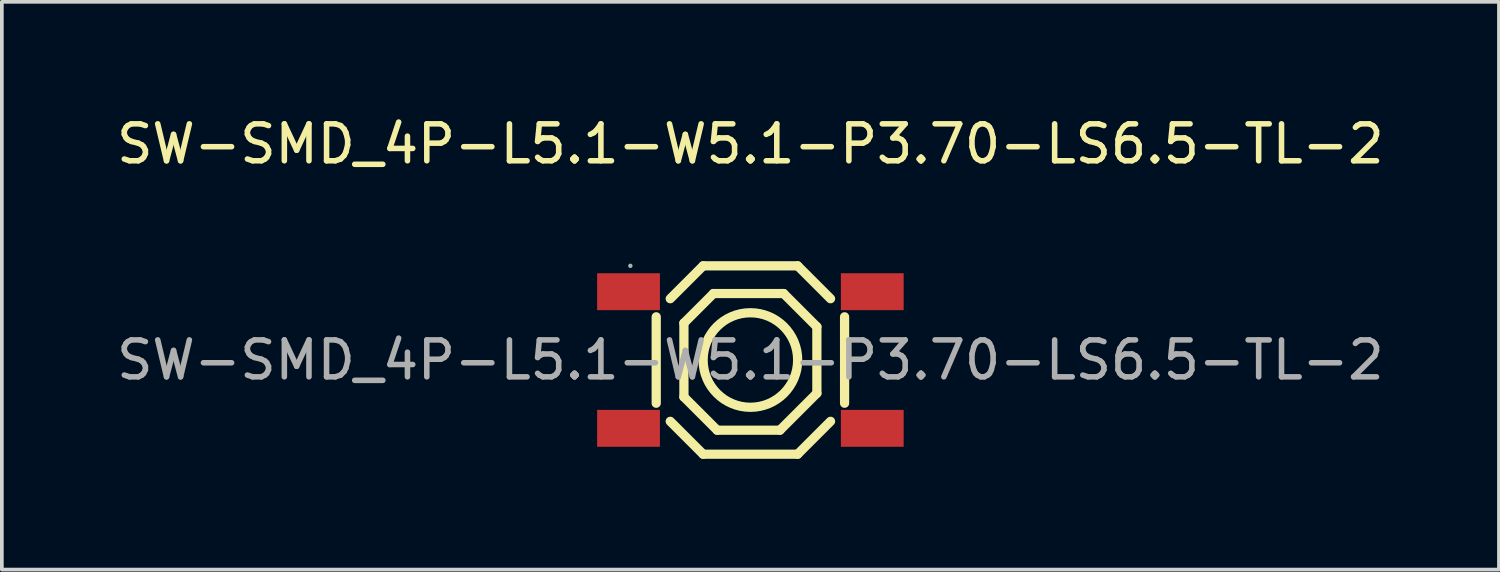
<source format=kicad_pcb>
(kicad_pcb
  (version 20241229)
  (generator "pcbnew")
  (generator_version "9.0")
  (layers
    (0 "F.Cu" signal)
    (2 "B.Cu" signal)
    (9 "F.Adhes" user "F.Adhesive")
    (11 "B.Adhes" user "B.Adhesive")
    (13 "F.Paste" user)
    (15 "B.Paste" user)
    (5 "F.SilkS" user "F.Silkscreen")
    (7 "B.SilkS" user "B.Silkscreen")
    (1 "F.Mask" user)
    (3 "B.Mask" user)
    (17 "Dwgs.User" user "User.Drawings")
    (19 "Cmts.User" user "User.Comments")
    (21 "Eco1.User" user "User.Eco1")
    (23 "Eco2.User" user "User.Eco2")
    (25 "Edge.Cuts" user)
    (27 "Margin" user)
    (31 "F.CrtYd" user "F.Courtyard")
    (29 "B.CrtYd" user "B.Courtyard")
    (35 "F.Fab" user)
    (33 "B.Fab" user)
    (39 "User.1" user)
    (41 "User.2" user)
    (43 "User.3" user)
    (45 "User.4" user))
  (footprint "SW-SMD_4P-L5.1-W5.1-P3.70-LS6.5-TL-2"
    (layer "F.Cu")
    (at 17.268 6.698)
    (property "Reference" "SW-SMD_4P-L5.1-W5.1-P3.70-LS6.5-TL-2" (at 0 -5.85 0) (layer "F.SilkS") (effects (font (size 1 1) (thickness 0.15))))
    (attr smd)
    (fp_line (start -2.55 -1.17) (end -2.55 1.17) (stroke (width 0.25) (type solid)) (layer "F.SilkS"))
    (fp_line (start -2.17 1.66) (end -1.28 2.55) (stroke (width 0.25) (type solid)) (layer "F.SilkS"))
    (fp_line (start -1.8 -1) (end -1 -1.8) (stroke (width 0.25) (type solid)) (layer "F.SilkS"))
    (fp_line (start -1.8 1) (end -1.8 -1) (stroke (width 0.25) (type solid)) (layer "F.SilkS"))
    (fp_line (start -1.28 -2.55) (end -2.17 -1.66) (stroke (width 0.25) (type solid)) (layer "F.SilkS"))
    (fp_line (start -1.28 -2.55) (end 1.28 -2.55) (stroke (width 0.25) (type solid)) (layer "F.SilkS"))
    (fp_line (start -1.28 2.55) (end 1.28 2.55) (stroke (width 0.25) (type solid)) (layer "F.SilkS"))
    (fp_line (start -1 -1.8) (end 0.9 -1.8) (stroke (width 0.25) (type solid)) (layer "F.SilkS"))
    (fp_line (start -0.9 1.9) (end -1.8 1) (stroke (width 0.25) (type solid)) (layer "F.SilkS"))
    (fp_line (start 0.8 1.9) (end -0.9 1.9) (stroke (width 0.25) (type solid)) (layer "F.SilkS"))
    (fp_line (start 0.9 -1.8) (end 1.8 -0.9) (stroke (width 0.25) (type solid)) (layer "F.SilkS"))
    (fp_line (start 1.28 -2.55) (end 2.17 -1.66) (stroke (width 0.25) (type solid)) (layer "F.SilkS"))
    (fp_line (start 1.8 -0.9) (end 1.8 0.9) (stroke (width 0.25) (type solid)) (layer "F.SilkS"))
    (fp_line (start 1.8 0.9) (end 0.8 1.9) (stroke (width 0.25) (type solid)) (layer "F.SilkS"))
    (fp_line (start 2.17 1.66) (end 1.28 2.55) (stroke (width 0.25) (type solid)) (layer "F.SilkS"))
    (fp_line (start 2.55 -1.17) (end 2.55 1.17) (stroke (width 0.25) (type solid)) (layer "F.SilkS"))
    (fp_circle (center 0 0) (end 1.28 0) (stroke (width 0.25) (type solid)) (fill no) (layer "F.SilkS"))
    (fp_circle (center -3.25 -2.55) (end -3.22 -2.55) (stroke (width 0.06) (type solid)) (fill no) (layer "F.Fab"))
    (fp_text user "${REFERENCE}" (at 0 0 0) (layer "F.Fab") (effects (font (size 1 1) (thickness 0.15))))
    (pad "1" smd rect (at -3.3 -1.85) (size 1.7 1) (layers "F.Cu" "F.Mask" "F.Paste"))
    (pad "2" smd rect (at 3.3 -1.85) (size 1.7 1) (layers "F.Cu" "F.Mask" "F.Paste"))
    (pad "3" smd rect (at -3.3 1.85) (size 1.7 1) (layers "F.Cu" "F.Mask" "F.Paste"))
    (pad "4" smd rect (at 3.3 1.85) (size 1.7 1) (layers "F.Cu" "F.Mask" "F.Paste")))
  (gr_rect
    (start -3 -3)
    (end 37.536 12.373)
    (stroke (width 0.1) (type default))
    (fill no)
    (layer "Edge.Cuts")))
</source>
